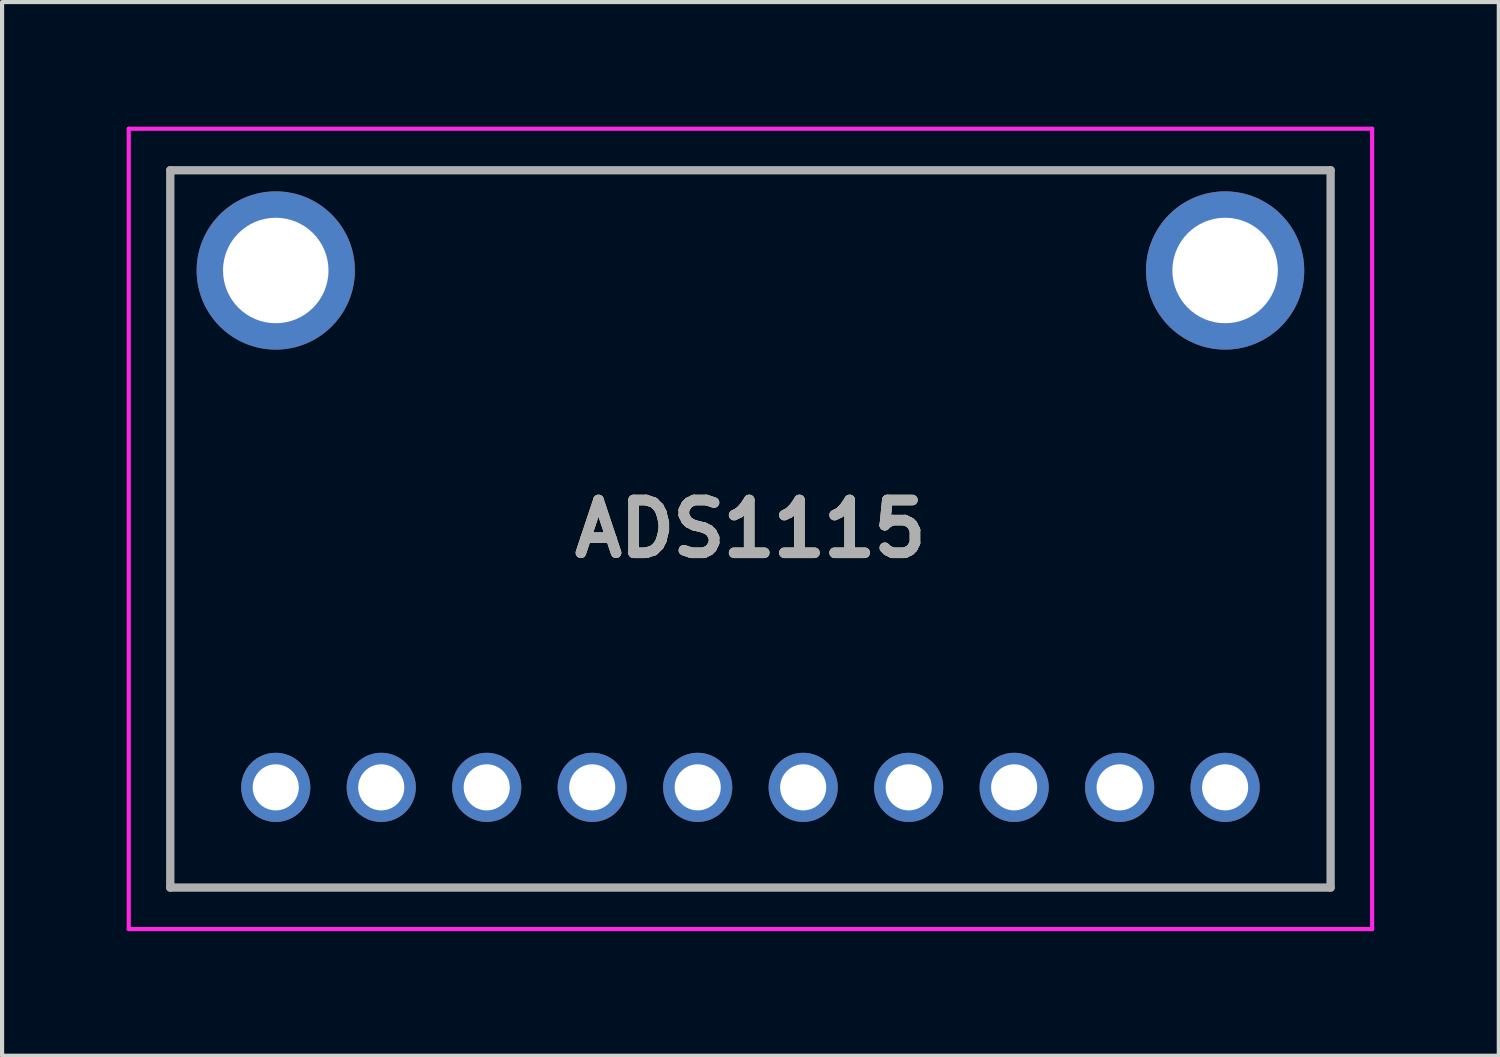
<source format=kicad_pcb>
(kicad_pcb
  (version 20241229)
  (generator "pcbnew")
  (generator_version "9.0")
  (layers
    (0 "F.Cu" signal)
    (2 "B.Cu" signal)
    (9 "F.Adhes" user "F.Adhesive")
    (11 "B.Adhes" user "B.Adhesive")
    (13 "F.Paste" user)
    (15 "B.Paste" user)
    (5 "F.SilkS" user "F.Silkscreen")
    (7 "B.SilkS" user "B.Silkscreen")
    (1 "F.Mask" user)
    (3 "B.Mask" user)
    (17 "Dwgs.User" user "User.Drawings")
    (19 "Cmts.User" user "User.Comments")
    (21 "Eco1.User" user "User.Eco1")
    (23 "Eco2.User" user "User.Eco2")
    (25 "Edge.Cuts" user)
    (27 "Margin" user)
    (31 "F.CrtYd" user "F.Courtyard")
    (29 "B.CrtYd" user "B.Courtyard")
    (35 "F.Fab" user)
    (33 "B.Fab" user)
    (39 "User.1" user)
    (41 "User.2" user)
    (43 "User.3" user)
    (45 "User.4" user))
  (footprint "ADS1115"
    (layer "F.Cu")
    (at 3.59 15.909)
    (property "Reference" "ADS1115" (at 11.43 -6.223 0) (layer "F.SilkS") (effects (font (size 1.27 1.27) (thickness 0.254))))
    (attr through_hole)
    (fp_line (start -2.54 -14.859) (end 25.4 -14.859) (stroke (width 0.1) (type solid)) (layer "F.SilkS"))
    (fp_line (start -2.54 2.413) (end -2.54 -14.859) (stroke (width 0.1) (type solid)) (layer "F.SilkS"))
    (fp_line (start 25.4 -14.859) (end 25.4 2.413) (stroke (width 0.1) (type solid)) (layer "F.SilkS"))
    (fp_line (start 25.4 2.413) (end -2.54 2.413) (stroke (width 0.1) (type solid)) (layer "F.SilkS"))
    (fp_line (start -3.54 -15.859) (end 26.4 -15.859) (stroke (width 0.1) (type solid)) (layer "F.CrtYd"))
    (fp_line (start -3.54 3.413) (end -3.54 -15.859) (stroke (width 0.1) (type solid)) (layer "F.CrtYd"))
    (fp_line (start 26.4 -15.859) (end 26.4 3.413) (stroke (width 0.1) (type solid)) (layer "F.CrtYd"))
    (fp_line (start 26.4 3.413) (end -3.54 3.413) (stroke (width 0.1) (type solid)) (layer "F.CrtYd"))
    (fp_line (start -2.54 -14.859) (end 25.4 -14.859) (stroke (width 0.2) (type solid)) (layer "F.Fab"))
    (fp_line (start -2.54 2.413) (end -2.54 -14.859) (stroke (width 0.2) (type solid)) (layer "F.Fab"))
    (fp_line (start 25.4 -14.859) (end 25.4 2.413) (stroke (width 0.2) (type solid)) (layer "F.Fab"))
    (fp_line (start 25.4 2.413) (end -2.54 2.413) (stroke (width 0.2) (type solid)) (layer "F.Fab"))
    (fp_text user "${REFERENCE}" (at 11.43 -6.223 0) (layer "F.Fab") (effects (font (size 1.27 1.27) (thickness 0.254))))
    (pad "1" thru_hole circle (at 0 0) (size 1.665 1.665) (drill 1.11) (layers "*.Cu" "*.Mask"))
    (pad "2" thru_hole circle (at 2.54 0) (size 1.665 1.665) (drill 1.11) (layers "*.Cu" "*.Mask"))
    (pad "3" thru_hole circle (at 5.08 0) (size 1.665 1.665) (drill 1.11) (layers "*.Cu" "*.Mask"))
    (pad "4" thru_hole circle (at 7.62 0) (size 1.665 1.665) (drill 1.11) (layers "*.Cu" "*.Mask"))
    (pad "5" thru_hole circle (at 10.16 0) (size 1.665 1.665) (drill 1.11) (layers "*.Cu" "*.Mask"))
    (pad "6" thru_hole circle (at 12.7 0) (size 1.665 1.665) (drill 1.11) (layers "*.Cu" "*.Mask"))
    (pad "7" thru_hole circle (at 15.24 0) (size 1.665 1.665) (drill 1.11) (layers "*.Cu" "*.Mask"))
    (pad "8" thru_hole circle (at 17.78 0) (size 1.665 1.665) (drill 1.11) (layers "*.Cu" "*.Mask"))
    (pad "9" thru_hole circle (at 20.32 0) (size 1.665 1.665) (drill 1.11) (layers "*.Cu" "*.Mask"))
    (pad "10" thru_hole circle (at 22.86 0) (size 1.665 1.665) (drill 1.11) (layers "*.Cu" "*.Mask"))
    (pad "MH1" thru_hole circle (at 0 -12.446) (size 3.81 3.81) (drill 2.54) (layers "*.Cu" "*.Mask"))
    (pad "MH2" thru_hole circle (at 22.86 -12.446) (size 3.81 3.81) (drill 2.54) (layers "*.Cu" "*.Mask")))
  (gr_rect
    (start -3 -3)
    (end 33.04 22.372)
    (stroke (width 0.1) (type default))
    (fill no)
    (layer "Edge.Cuts")))
</source>
